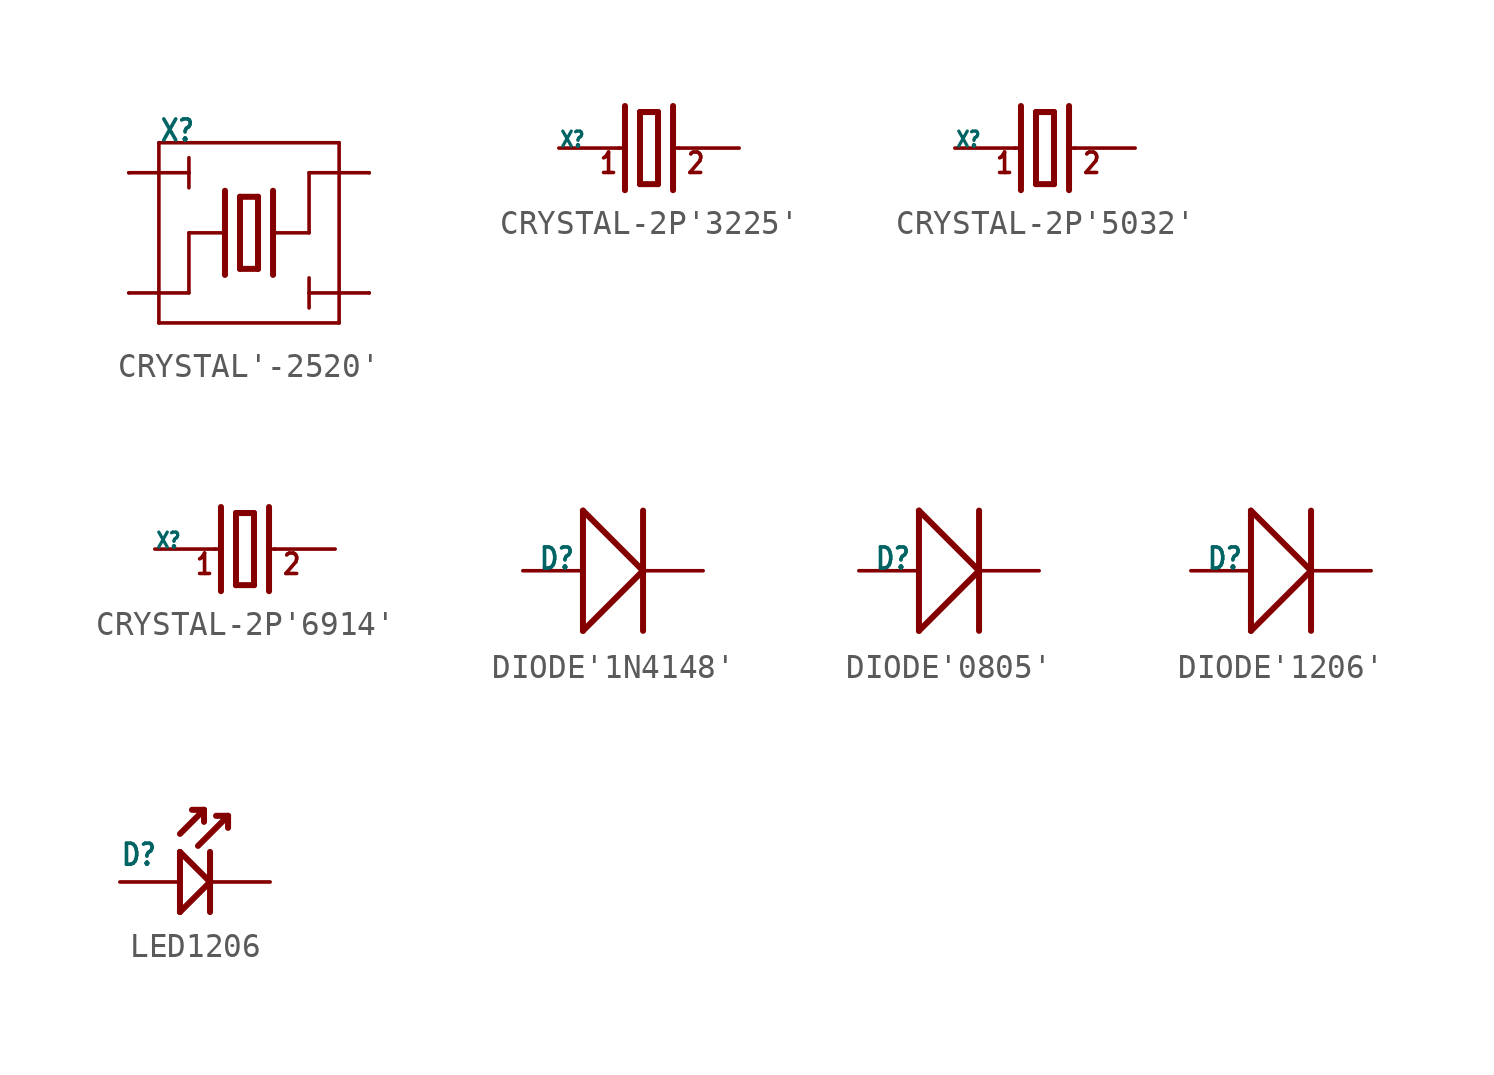
<source format=kicad_sym>
(kicad_symbol_lib
  (version 20241209)
  (generator "kicad_symbol_editor")
  (generator_version "9.0")
  (symbol "CRYSTAL'-2520'"
    (property "Reference" "X"
      (at -3.81 3.81 0)
      (effects (font (size 0.889 0.756)) (justify left bottom)))
    (property "Value" ""
      (at 0 3.81 0)
      (effects (font (size 0.889 0.756)) (justify left bottom)))
    (property "ki_locked" ""
      (at 0 0 0)
      (effects (font (size 1.27 1.27))))
    (symbol "CRYSTAL'-2520'_1_0"
      (polyline (pts (xy -3.81 3.81) (xy 3.81 3.81)) (stroke (width 0.152) (type solid)) (fill (type none)))
      (polyline (pts (xy -3.81 2.54) (xy -5.08 2.54)) (stroke (width 0.152) (type solid)) (fill (type none)))
      (polyline (pts (xy -3.81 2.54) (xy -3.81 3.81)) (stroke (width 0.152) (type solid)) (fill (type none)))
      (polyline (pts (xy -3.81 2.54) (xy -2.54 2.54)) (stroke (width 0.152) (type solid)) (fill (type none)))
      (polyline (pts (xy -3.81 -2.54) (xy -5.08 -2.54)) (stroke (width 0.152) (type solid)) (fill (type none)))
      (polyline (pts (xy -3.81 -2.54) (xy -3.81 2.54)) (stroke (width 0.152) (type solid)) (fill (type none)))
      (polyline (pts (xy -3.81 -3.81) (xy -3.81 -2.54)) (stroke (width 0.152) (type solid)) (fill (type none)))
      (polyline (pts (xy -2.54 2.54) (xy -2.54 3.175)) (stroke (width 0.152) (type solid)) (fill (type none)))
      (polyline (pts (xy -2.54 2.54) (xy -2.54 1.905)) (stroke (width 0.152) (type solid)) (fill (type none)))
      (polyline (pts (xy -2.54 0) (xy -1.016 0)) (stroke (width 0.152) (type solid)) (fill (type none)))
      (polyline (pts (xy -2.54 -2.54) (xy -3.81 -2.54)) (stroke (width 0.152) (type solid)) (fill (type none)))
      (polyline (pts (xy -2.54 -2.54) (xy -2.54 0)) (stroke (width 0.152) (type solid)) (fill (type none)))
      (polyline (pts (xy -1.016 1.778) (xy -1.016 0)) (stroke (width 0.254) (type solid)) (fill (type none)))
      (polyline (pts (xy -1.016 0) (xy -1.016 -1.778)) (stroke (width 0.254) (type solid)) (fill (type none)))
      (polyline (pts (xy -0.381 1.524) (xy -0.381 -1.524)) (stroke (width 0.254) (type solid)) (fill (type none)))
      (polyline (pts (xy -0.381 -1.524) (xy 0.381 -1.524)) (stroke (width 0.254) (type solid)) (fill (type none)))
      (polyline (pts (xy 0.381 1.524) (xy -0.381 1.524)) (stroke (width 0.254) (type solid)) (fill (type none)))
      (polyline (pts (xy 0.381 -1.524) (xy 0.381 1.524)) (stroke (width 0.254) (type solid)) (fill (type none)))
      (polyline (pts (xy 1.016 1.778) (xy 1.016 0)) (stroke (width 0.254) (type solid)) (fill (type none)))
      (polyline (pts (xy 1.016 0) (xy 1.016 -1.778)) (stroke (width 0.254) (type solid)) (fill (type none)))
      (polyline (pts (xy 1.016 0) (xy 2.54 0)) (stroke (width 0.152) (type solid)) (fill (type none)))
      (polyline (pts (xy 2.54 2.54) (xy 3.81 2.54)) (stroke (width 0.152) (type solid)) (fill (type none)))
      (polyline (pts (xy 2.54 0) (xy 2.54 2.54)) (stroke (width 0.152) (type solid)) (fill (type none)))
      (polyline (pts (xy 2.54 -2.54) (xy 2.54 -1.905)) (stroke (width 0.152) (type solid)) (fill (type none)))
      (polyline (pts (xy 2.54 -2.54) (xy 2.54 -3.175)) (stroke (width 0.152) (type solid)) (fill (type none)))
      (polyline (pts (xy 3.81 3.81) (xy 3.81 2.54)) (stroke (width 0.152) (type solid)) (fill (type none)))
      (polyline (pts (xy 3.81 2.54) (xy 3.81 -2.54)) (stroke (width 0.152) (type solid)) (fill (type none)))
      (polyline (pts (xy 3.81 2.54) (xy 5.08 2.54)) (stroke (width 0.152) (type solid)) (fill (type none)))
      (polyline (pts (xy 3.81 -2.54) (xy 2.54 -2.54)) (stroke (width 0.152) (type solid)) (fill (type none)))
      (polyline (pts (xy 3.81 -2.54) (xy 3.81 -3.81)) (stroke (width 0.152) (type solid)) (fill (type none)))
      (polyline (pts (xy 3.81 -2.54) (xy 5.08 -2.54)) (stroke (width 0.152) (type solid)) (fill (type none)))
      (polyline (pts (xy 3.81 -3.81) (xy -3.81 -3.81)) (stroke (width 0.152) (type solid)) (fill (type none)))
      (pin bidirectional line (at -5.08 2.54 0) (length 0) (name "1" (effects (font (size 0 0)))) (number "1" (effects (font (size 0 0)))))
      (pin passive line (at -5.08 -2.54 0) (length 0) (name "2" (effects (font (size 0 0)))) (number "2" (effects (font (size 0 0)))))
      (pin passive line (at 5.08 2.54 180) (length 0) (name "4" (effects (font (size 0 0)))) (number "4" (effects (font (size 0 0)))))
      (pin bidirectional line (at 5.08 -2.54 180) (length 0) (name "3" (effects (font (size 0 0)))) (number "3" (effects (font (size 0 0)))))))
  (symbol "CRYSTAL-2P'3225'"
    (property "Reference" "X"
      (at -3.81 0 0)
      (effects (font (size 0.635 0.54)) (justify left bottom)))
    (property "Value" ""
      (at 0 0 0)
      (effects (font (size 0.635 0.54)) (justify left bottom)))
    (property "ki_locked" ""
      (at 0 0 0)
      (effects (font (size 1.27 1.27))))
    (symbol "CRYSTAL-2P'3225'_1_0"
      (polyline (pts (xy -1.27 0) (xy -1.016 0)) (stroke (width 0.152) (type solid)) (fill (type none)))
      (polyline (pts (xy -1.016 1.778) (xy -1.016 0)) (stroke (width 0.254) (type solid)) (fill (type none)))
      (polyline (pts (xy -1.016 0) (xy -1.016 -1.778)) (stroke (width 0.254) (type solid)) (fill (type none)))
      (polyline (pts (xy -0.381 1.524) (xy -0.381 -1.524)) (stroke (width 0.254) (type solid)) (fill (type none)))
      (polyline (pts (xy -0.381 -1.524) (xy 0.381 -1.524)) (stroke (width 0.254) (type solid)) (fill (type none)))
      (polyline (pts (xy 0.381 1.524) (xy -0.381 1.524)) (stroke (width 0.254) (type solid)) (fill (type none)))
      (polyline (pts (xy 0.381 -1.524) (xy 0.381 1.524)) (stroke (width 0.254) (type solid)) (fill (type none)))
      (polyline (pts (xy 1.016 1.778) (xy 1.016 0)) (stroke (width 0.254) (type solid)) (fill (type none)))
      (polyline (pts (xy 1.016 0) (xy 1.016 -1.778)) (stroke (width 0.254) (type solid)) (fill (type none)))
      (polyline (pts (xy 1.016 0) (xy 1.27 0)) (stroke (width 0.152) (type solid)) (fill (type none)))
      (text "1" (at -2.159 -1.143 0) (effects (font (size 0.864 0.734)) (justify left bottom)))
      (text "2" (at 1.524 -1.143 0) (effects (font (size 0.864 0.734)) (justify left bottom)))
      (pin passive line (at -3.81 0 0) (length 2.54) (name "1" (effects (font (size 0 0)))) (number "1" (effects (font (size 0 0)))))
      (pin passive line (at 3.81 0 180) (length 2.54) (name "2" (effects (font (size 0 0)))) (number "3" (effects (font (size 0 0)))))))
  (symbol "CRYSTAL-2P'5032'"
    (property "Reference" "X"
      (at -3.81 0 0)
      (effects (font (size 0.635 0.54)) (justify left bottom)))
    (property "Value" ""
      (at 0 0 0)
      (effects (font (size 0.635 0.54)) (justify left bottom)))
    (property "ki_locked" ""
      (at 0 0 0)
      (effects (font (size 1.27 1.27))))
    (symbol "CRYSTAL-2P'5032'_1_0"
      (polyline (pts (xy -1.27 0) (xy -1.016 0)) (stroke (width 0.152) (type solid)) (fill (type none)))
      (polyline (pts (xy -1.016 1.778) (xy -1.016 0)) (stroke (width 0.254) (type solid)) (fill (type none)))
      (polyline (pts (xy -1.016 0) (xy -1.016 -1.778)) (stroke (width 0.254) (type solid)) (fill (type none)))
      (polyline (pts (xy -0.381 1.524) (xy -0.381 -1.524)) (stroke (width 0.254) (type solid)) (fill (type none)))
      (polyline (pts (xy -0.381 -1.524) (xy 0.381 -1.524)) (stroke (width 0.254) (type solid)) (fill (type none)))
      (polyline (pts (xy 0.381 1.524) (xy -0.381 1.524)) (stroke (width 0.254) (type solid)) (fill (type none)))
      (polyline (pts (xy 0.381 -1.524) (xy 0.381 1.524)) (stroke (width 0.254) (type solid)) (fill (type none)))
      (polyline (pts (xy 1.016 1.778) (xy 1.016 0)) (stroke (width 0.254) (type solid)) (fill (type none)))
      (polyline (pts (xy 1.016 0) (xy 1.016 -1.778)) (stroke (width 0.254) (type solid)) (fill (type none)))
      (polyline (pts (xy 1.016 0) (xy 1.27 0)) (stroke (width 0.152) (type solid)) (fill (type none)))
      (text "1" (at -2.159 -1.143 0) (effects (font (size 0.864 0.734)) (justify left bottom)))
      (text "2" (at 1.524 -1.143 0) (effects (font (size 0.864 0.734)) (justify left bottom)))
      (pin passive line (at -3.81 0 0) (length 2.54) (name "1" (effects (font (size 0 0)))) (number "1" (effects (font (size 0 0)))))
      (pin passive line (at 3.81 0 180) (length 2.54) (name "2" (effects (font (size 0 0)))) (number "2" (effects (font (size 0 0)))))))
  (symbol "CRYSTAL-2P'6914'"
    (property "Reference" "X"
      (at -3.81 0 0)
      (effects (font (size 0.635 0.54)) (justify left bottom)))
    (property "Value" ""
      (at 0 0 0)
      (effects (font (size 0.635 0.54)) (justify left bottom)))
    (property "ki_locked" ""
      (at 0 0 0)
      (effects (font (size 1.27 1.27))))
    (symbol "CRYSTAL-2P'6914'_1_0"
      (polyline (pts (xy -1.27 0) (xy -1.016 0)) (stroke (width 0.152) (type solid)) (fill (type none)))
      (polyline (pts (xy -1.016 1.778) (xy -1.016 0)) (stroke (width 0.254) (type solid)) (fill (type none)))
      (polyline (pts (xy -1.016 0) (xy -1.016 -1.778)) (stroke (width 0.254) (type solid)) (fill (type none)))
      (polyline (pts (xy -0.381 1.524) (xy -0.381 -1.524)) (stroke (width 0.254) (type solid)) (fill (type none)))
      (polyline (pts (xy -0.381 -1.524) (xy 0.381 -1.524)) (stroke (width 0.254) (type solid)) (fill (type none)))
      (polyline (pts (xy 0.381 1.524) (xy -0.381 1.524)) (stroke (width 0.254) (type solid)) (fill (type none)))
      (polyline (pts (xy 0.381 -1.524) (xy 0.381 1.524)) (stroke (width 0.254) (type solid)) (fill (type none)))
      (polyline (pts (xy 1.016 1.778) (xy 1.016 0)) (stroke (width 0.254) (type solid)) (fill (type none)))
      (polyline (pts (xy 1.016 0) (xy 1.016 -1.778)) (stroke (width 0.254) (type solid)) (fill (type none)))
      (polyline (pts (xy 1.016 0) (xy 1.27 0)) (stroke (width 0.152) (type solid)) (fill (type none)))
      (text "1" (at -2.159 -1.143 0) (effects (font (size 0.864 0.734)) (justify left bottom)))
      (text "2" (at 1.524 -1.143 0) (effects (font (size 0.864 0.734)) (justify left bottom)))
      (pin passive line (at -3.81 0 0) (length 2.54) (name "1" (effects (font (size 0 0)))) (number "1" (effects (font (size 0 0)))))
      (pin passive line (at 3.81 0 180) (length 2.54) (name "2" (effects (font (size 0 0)))) (number "4" (effects (font (size 0 0)))))))
  (symbol "DIODE'1N4148'"
    (property "Reference" "D"
      (at -3.175 0 0)
      (effects (font (size 0.889 0.756)) (justify left bottom)))
    (property "Value" ""
      (at 0 0 0)
      (effects (font (size 0.635 0.54)) (justify left bottom)))
    (property "ki_locked" ""
      (at 0 0 0)
      (effects (font (size 1.27 1.27))))
    (symbol "DIODE'1N4148'_1_0"
      (polyline (pts (xy -1.27 2.54) (xy 1.27 0)) (stroke (width 0.254) (type solid)) (fill (type none)))
      (polyline (pts (xy -1.27 -2.54) (xy -1.27 2.54)) (stroke (width 0.254) (type solid)) (fill (type none)))
      (polyline (pts (xy -1.27 -2.54) (xy 1.27 0)) (stroke (width 0.254) (type solid)) (fill (type none)))
      (polyline (pts (xy 1.27 2.54) (xy 1.27 -2.54)) (stroke (width 0.254) (type solid)) (fill (type none)))
      (pin passive line (at -3.81 0 0) (length 2.54) (name "+" (effects (font (size 0 0)))) (number "A" (effects (font (size 0 0)))))
      (pin passive line (at 3.81 0 180) (length 2.54) (name "-" (effects (font (size 0 0)))) (number "C" (effects (font (size 0 0)))))))
  (symbol "DIODE'0805'"
    (property "Reference" "D"
      (at -3.175 0 0)
      (effects (font (size 0.889 0.756)) (justify left bottom)))
    (property "Value" ""
      (at 0 0 0)
      (effects (font (size 0.635 0.54)) (justify left bottom)))
    (property "ki_locked" ""
      (at 0 0 0)
      (effects (font (size 1.27 1.27))))
    (symbol "DIODE'0805'_1_0"
      (polyline (pts (xy -1.27 2.54) (xy 1.27 0)) (stroke (width 0.254) (type solid)) (fill (type none)))
      (polyline (pts (xy -1.27 -2.54) (xy -1.27 2.54)) (stroke (width 0.254) (type solid)) (fill (type none)))
      (polyline (pts (xy -1.27 -2.54) (xy 1.27 0)) (stroke (width 0.254) (type solid)) (fill (type none)))
      (polyline (pts (xy 1.27 2.54) (xy 1.27 -2.54)) (stroke (width 0.254) (type solid)) (fill (type none)))
      (pin passive line (at -3.81 0 0) (length 2.54) (name "+" (effects (font (size 0 0)))) (number "+" (effects (font (size 0 0)))))
      (pin passive line (at 3.81 0 180) (length 2.54) (name "-" (effects (font (size 0 0)))) (number "-" (effects (font (size 0 0)))))))
  (symbol "DIODE'1206'"
    (property "Reference" "D"
      (at -3.175 0 0)
      (effects (font (size 0.889 0.756)) (justify left bottom)))
    (property "Value" ""
      (at 0 0 0)
      (effects (font (size 0.635 0.54)) (justify left bottom)))
    (property "ki_locked" ""
      (at 0 0 0)
      (effects (font (size 1.27 1.27))))
    (symbol "DIODE'1206'_1_0"
      (polyline (pts (xy -1.27 2.54) (xy 1.27 0)) (stroke (width 0.254) (type solid)) (fill (type none)))
      (polyline (pts (xy -1.27 -2.54) (xy -1.27 2.54)) (stroke (width 0.254) (type solid)) (fill (type none)))
      (polyline (pts (xy -1.27 -2.54) (xy 1.27 0)) (stroke (width 0.254) (type solid)) (fill (type none)))
      (polyline (pts (xy 1.27 2.54) (xy 1.27 -2.54)) (stroke (width 0.254) (type solid)) (fill (type none)))
      (pin passive line (at -3.81 0 0) (length 2.54) (name "+" (effects (font (size 0 0)))) (number "+" (effects (font (size 0 0)))))
      (pin passive line (at 3.81 0 180) (length 2.54) (name "-" (effects (font (size 0 0)))) (number "-" (effects (font (size 0 0)))))))
  (symbol "LED1206"
    (property "Reference" "D"
      (at -2.54 0.635 0)
      (effects (font (size 0.889 0.756)) (justify left bottom)))
    (property "Value" ""
      (at 1.27 0.635 0)
      (effects (font (size 0.889 0.756)) (justify left bottom)))
    (property "ki_locked" ""
      (at 0 0 0)
      (effects (font (size 1.27 1.27))))
    (symbol "LED1206_1_0"
      (polyline (pts (xy 0 2.032) (xy 1.016 3.048)) (stroke (width 0.254) (type solid)) (fill (type none)))
      (polyline (pts (xy 0 1.27) (xy 1.27 0)) (stroke (width 0.254) (type solid)) (fill (type none)))
      (polyline (pts (xy 0 -1.27) (xy 0 1.27)) (stroke (width 0.254) (type solid)) (fill (type none)))
      (polyline (pts (xy 0.762 1.524) (xy 2.032 2.794)) (stroke (width 0.254) (type solid)) (fill (type none)))
      (polyline (pts (xy 1.016 3.048) (xy 0.508 3.048)) (stroke (width 0.254) (type solid)) (fill (type none)))
      (polyline (pts (xy 1.016 3.048) (xy 1.016 2.54)) (stroke (width 0.254) (type solid)) (fill (type none)))
      (polyline (pts (xy 1.27 1.27) (xy 1.27 0)) (stroke (width 0.254) (type solid)) (fill (type none)))
      (polyline (pts (xy 1.27 0) (xy 0 -1.27)) (stroke (width 0.254) (type solid)) (fill (type none)))
      (polyline (pts (xy 1.27 0) (xy 1.27 -1.27)) (stroke (width 0.254) (type solid)) (fill (type none)))
      (polyline (pts (xy 2.032 2.794) (xy 1.524 2.794)) (stroke (width 0.254) (type solid)) (fill (type none)))
      (polyline (pts (xy 2.032 2.794) (xy 2.032 2.286)) (stroke (width 0.254) (type solid)) (fill (type none)))
      (pin passive line (at -2.54 0 0) (length 2.54) (name "+" (effects (font (size 0 0)))) (number "+" (effects (font (size 0 0)))))
      (pin passive line (at 3.81 0 180) (length 2.54) (name "-" (effects (font (size 0 0)))) (number "-" (effects (font (size 0 0))))))))
</source>
